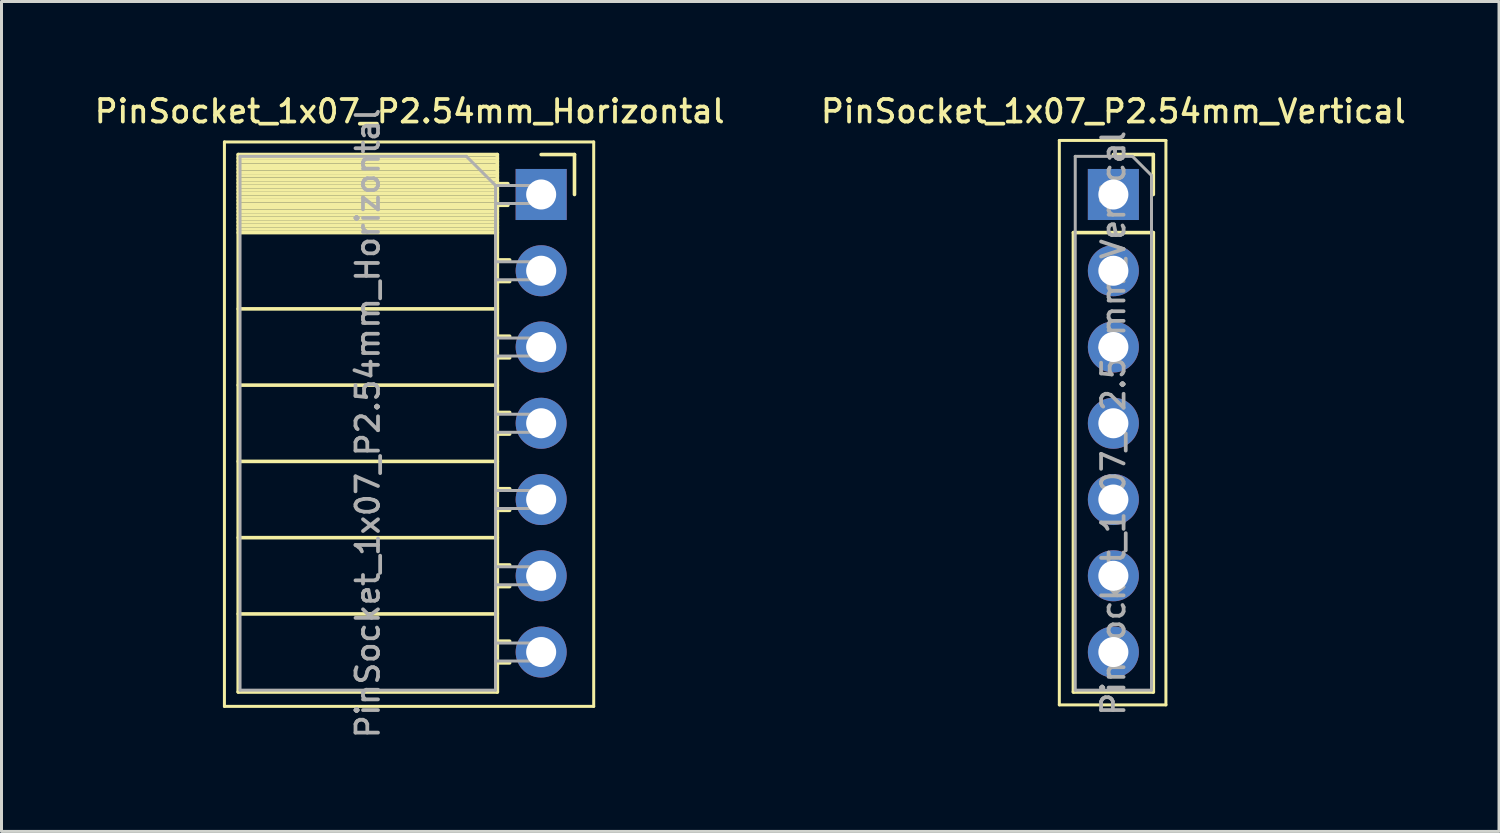
<source format=kicad_pcb>
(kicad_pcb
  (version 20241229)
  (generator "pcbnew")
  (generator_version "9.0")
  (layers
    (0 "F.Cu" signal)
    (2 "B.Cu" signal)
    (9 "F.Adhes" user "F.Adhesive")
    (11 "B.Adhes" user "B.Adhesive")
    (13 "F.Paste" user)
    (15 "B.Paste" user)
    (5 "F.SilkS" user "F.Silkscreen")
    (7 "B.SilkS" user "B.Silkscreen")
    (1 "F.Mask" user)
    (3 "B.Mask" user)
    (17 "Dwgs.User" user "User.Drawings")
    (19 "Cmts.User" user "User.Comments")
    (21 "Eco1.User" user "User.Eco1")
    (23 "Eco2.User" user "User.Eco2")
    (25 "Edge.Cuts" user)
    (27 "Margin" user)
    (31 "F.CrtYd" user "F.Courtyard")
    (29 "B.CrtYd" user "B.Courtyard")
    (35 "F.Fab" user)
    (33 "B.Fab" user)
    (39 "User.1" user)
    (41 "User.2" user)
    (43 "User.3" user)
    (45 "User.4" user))
  (footprint "PinSocket_1x07_P2.54mm_Horizontal"
    (layer "F.Cu")
    (at 14.975 3.428)
    (property "Reference" "PinSocket_1x07_P2.54mm_Horizontal" (at -4.38 -2.77 0) (layer "F.SilkS") (effects (font (size 0.75 0.75) (thickness 0.125))))
    (attr through_hole)
    (fp_line (start -10.55 -1.75) (end -10.55 17.05) (stroke (width 0.1) (type solid)) (layer "F.SilkS"))
    (fp_line (start -10.55 17.05) (end 1.75 17.05) (stroke (width 0.1) (type solid)) (layer "F.SilkS"))
    (fp_line (start -10.09 -1.33) (end -10.09 16.57) (stroke (width 0.12) (type solid)) (layer "F.SilkS"))
    (fp_line (start -10.09 -1.33) (end -1.46 -1.33) (stroke (width 0.12) (type solid)) (layer "F.SilkS"))
    (fp_line (start -10.09 -1.21) (end -1.46 -1.21) (stroke (width 0.12) (type solid)) (layer "F.SilkS"))
    (fp_line (start -10.09 -1.092) (end -1.46 -1.092) (stroke (width 0.12) (type solid)) (layer "F.SilkS"))
    (fp_line (start -10.09 -0.974) (end -1.46 -0.974) (stroke (width 0.12) (type solid)) (layer "F.SilkS"))
    (fp_line (start -10.09 -0.856) (end -1.46 -0.856) (stroke (width 0.12) (type solid)) (layer "F.SilkS"))
    (fp_line (start -10.09 -0.738) (end -1.46 -0.738) (stroke (width 0.12) (type solid)) (layer "F.SilkS"))
    (fp_line (start -10.09 -0.62) (end -1.46 -0.62) (stroke (width 0.12) (type solid)) (layer "F.SilkS"))
    (fp_line (start -10.09 -0.501) (end -1.46 -0.501) (stroke (width 0.12) (type solid)) (layer "F.SilkS"))
    (fp_line (start -10.09 -0.383) (end -1.46 -0.383) (stroke (width 0.12) (type solid)) (layer "F.SilkS"))
    (fp_line (start -10.09 -0.265) (end -1.46 -0.265) (stroke (width 0.12) (type solid)) (layer "F.SilkS"))
    (fp_line (start -10.09 -0.147) (end -1.46 -0.147) (stroke (width 0.12) (type solid)) (layer "F.SilkS"))
    (fp_line (start -10.09 -0.029) (end -1.46 -0.029) (stroke (width 0.12) (type solid)) (layer "F.SilkS"))
    (fp_line (start -10.09 0.089) (end -1.46 0.089) (stroke (width 0.12) (type solid)) (layer "F.SilkS"))
    (fp_line (start -10.09 0.207) (end -1.46 0.207) (stroke (width 0.12) (type solid)) (layer "F.SilkS"))
    (fp_line (start -10.09 0.325) (end -1.46 0.325) (stroke (width 0.12) (type solid)) (layer "F.SilkS"))
    (fp_line (start -10.09 0.443) (end -1.46 0.443) (stroke (width 0.12) (type solid)) (layer "F.SilkS"))
    (fp_line (start -10.09 0.561) (end -1.46 0.561) (stroke (width 0.12) (type solid)) (layer "F.SilkS"))
    (fp_line (start -10.09 0.68) (end -1.46 0.68) (stroke (width 0.12) (type solid)) (layer "F.SilkS"))
    (fp_line (start -10.09 0.798) (end -1.46 0.798) (stroke (width 0.12) (type solid)) (layer "F.SilkS"))
    (fp_line (start -10.09 0.916) (end -1.46 0.916) (stroke (width 0.12) (type solid)) (layer "F.SilkS"))
    (fp_line (start -10.09 1.034) (end -1.46 1.034) (stroke (width 0.12) (type solid)) (layer "F.SilkS"))
    (fp_line (start -10.09 1.152) (end -1.46 1.152) (stroke (width 0.12) (type solid)) (layer "F.SilkS"))
    (fp_line (start -10.09 1.27) (end -1.46 1.27) (stroke (width 0.12) (type solid)) (layer "F.SilkS"))
    (fp_line (start -10.09 3.81) (end -1.46 3.81) (stroke (width 0.12) (type solid)) (layer "F.SilkS"))
    (fp_line (start -10.09 6.35) (end -1.46 6.35) (stroke (width 0.12) (type solid)) (layer "F.SilkS"))
    (fp_line (start -10.09 8.89) (end -1.46 8.89) (stroke (width 0.12) (type solid)) (layer "F.SilkS"))
    (fp_line (start -10.09 11.43) (end -1.46 11.43) (stroke (width 0.12) (type solid)) (layer "F.SilkS"))
    (fp_line (start -10.09 13.97) (end -1.46 13.97) (stroke (width 0.12) (type solid)) (layer "F.SilkS"))
    (fp_line (start -10.09 16.57) (end -1.46 16.57) (stroke (width 0.12) (type solid)) (layer "F.SilkS"))
    (fp_line (start -1.46 -1.33) (end -1.46 16.57) (stroke (width 0.12) (type solid)) (layer "F.SilkS"))
    (fp_line (start -1.46 -0.36) (end -1.11 -0.36) (stroke (width 0.12) (type solid)) (layer "F.SilkS"))
    (fp_line (start -1.46 0.36) (end -1.11 0.36) (stroke (width 0.12) (type solid)) (layer "F.SilkS"))
    (fp_line (start -1.46 2.18) (end -1.05 2.18) (stroke (width 0.12) (type solid)) (layer "F.SilkS"))
    (fp_line (start -1.46 2.9) (end -1.05 2.9) (stroke (width 0.12) (type solid)) (layer "F.SilkS"))
    (fp_line (start -1.46 4.72) (end -1.05 4.72) (stroke (width 0.12) (type solid)) (layer "F.SilkS"))
    (fp_line (start -1.46 5.44) (end -1.05 5.44) (stroke (width 0.12) (type solid)) (layer "F.SilkS"))
    (fp_line (start -1.46 7.26) (end -1.05 7.26) (stroke (width 0.12) (type solid)) (layer "F.SilkS"))
    (fp_line (start -1.46 7.98) (end -1.05 7.98) (stroke (width 0.12) (type solid)) (layer "F.SilkS"))
    (fp_line (start -1.46 9.8) (end -1.05 9.8) (stroke (width 0.12) (type solid)) (layer "F.SilkS"))
    (fp_line (start -1.46 10.52) (end -1.05 10.52) (stroke (width 0.12) (type solid)) (layer "F.SilkS"))
    (fp_line (start -1.46 12.34) (end -1.05 12.34) (stroke (width 0.12) (type solid)) (layer "F.SilkS"))
    (fp_line (start -1.46 13.06) (end -1.05 13.06) (stroke (width 0.12) (type solid)) (layer "F.SilkS"))
    (fp_line (start -1.46 14.88) (end -1.05 14.88) (stroke (width 0.12) (type solid)) (layer "F.SilkS"))
    (fp_line (start -1.46 15.6) (end -1.05 15.6) (stroke (width 0.12) (type solid)) (layer "F.SilkS"))
    (fp_line (start 0 -1.33) (end 1.11 -1.33) (stroke (width 0.12) (type solid)) (layer "F.SilkS"))
    (fp_line (start 1.11 -1.33) (end 1.11 0) (stroke (width 0.12) (type solid)) (layer "F.SilkS"))
    (fp_line (start 1.75 -1.75) (end -10.55 -1.75) (stroke (width 0.1) (type solid)) (layer "F.SilkS"))
    (fp_line (start 1.75 17.05) (end 1.75 -1.75) (stroke (width 0.1) (type solid)) (layer "F.SilkS"))
    (fp_line (start -10.03 -1.27) (end -2.49 -1.27) (stroke (width 0.1) (type solid)) (layer "F.Fab"))
    (fp_line (start -10.03 16.51) (end -10.03 -1.27) (stroke (width 0.1) (type solid)) (layer "F.Fab"))
    (fp_line (start -2.49 -1.27) (end -1.52 -0.3) (stroke (width 0.1) (type solid)) (layer "F.Fab"))
    (fp_line (start -1.52 -0.3) (end -1.52 16.51) (stroke (width 0.1) (type solid)) (layer "F.Fab"))
    (fp_line (start -1.52 0.3) (end 0 0.3) (stroke (width 0.1) (type solid)) (layer "F.Fab"))
    (fp_line (start -1.52 2.84) (end 0 2.84) (stroke (width 0.1) (type solid)) (layer "F.Fab"))
    (fp_line (start -1.52 5.38) (end 0 5.38) (stroke (width 0.1) (type solid)) (layer "F.Fab"))
    (fp_line (start -1.52 7.92) (end 0 7.92) (stroke (width 0.1) (type solid)) (layer "F.Fab"))
    (fp_line (start -1.52 10.46) (end 0 10.46) (stroke (width 0.1) (type solid)) (layer "F.Fab"))
    (fp_line (start -1.52 13) (end 0 13) (stroke (width 0.1) (type solid)) (layer "F.Fab"))
    (fp_line (start -1.52 15.54) (end 0 15.54) (stroke (width 0.1) (type solid)) (layer "F.Fab"))
    (fp_line (start -1.52 16.51) (end -10.03 16.51) (stroke (width 0.1) (type solid)) (layer "F.Fab"))
    (fp_line (start 0 -0.3) (end -1.52 -0.3) (stroke (width 0.1) (type solid)) (layer "F.Fab"))
    (fp_line (start 0 0.3) (end 0 -0.3) (stroke (width 0.1) (type solid)) (layer "F.Fab"))
    (fp_line (start 0 2.24) (end -1.52 2.24) (stroke (width 0.1) (type solid)) (layer "F.Fab"))
    (fp_line (start 0 2.84) (end 0 2.24) (stroke (width 0.1) (type solid)) (layer "F.Fab"))
    (fp_line (start 0 4.78) (end -1.52 4.78) (stroke (width 0.1) (type solid)) (layer "F.Fab"))
    (fp_line (start 0 5.38) (end 0 4.78) (stroke (width 0.1) (type solid)) (layer "F.Fab"))
    (fp_line (start 0 7.32) (end -1.52 7.32) (stroke (width 0.1) (type solid)) (layer "F.Fab"))
    (fp_line (start 0 7.92) (end 0 7.32) (stroke (width 0.1) (type solid)) (layer "F.Fab"))
    (fp_line (start 0 9.86) (end -1.52 9.86) (stroke (width 0.1) (type solid)) (layer "F.Fab"))
    (fp_line (start 0 10.46) (end 0 9.86) (stroke (width 0.1) (type solid)) (layer "F.Fab"))
    (fp_line (start 0 12.4) (end -1.52 12.4) (stroke (width 0.1) (type solid)) (layer "F.Fab"))
    (fp_line (start 0 13) (end 0 12.4) (stroke (width 0.1) (type solid)) (layer "F.Fab"))
    (fp_line (start 0 14.94) (end -1.52 14.94) (stroke (width 0.1) (type solid)) (layer "F.Fab"))
    (fp_line (start 0 15.54) (end 0 14.94) (stroke (width 0.1) (type solid)) (layer "F.Fab"))
    (fp_text user "${REFERENCE}" (at -5.775 7.62 90) (layer "F.Fab") (effects (font (size 0.75 0.75) (thickness 0.125))))
    (pad "1" thru_hole rect (at 0 0) (size 1.7 1.7) (drill 1) (layers "*.Cu" "*.Mask"))
    (pad "2" thru_hole oval (at 0 2.54) (size 1.7 1.7) (drill 1) (layers "*.Cu" "*.Mask"))
    (pad "3" thru_hole oval (at 0 5.08) (size 1.7 1.7) (drill 1) (layers "*.Cu" "*.Mask"))
    (pad "4" thru_hole oval (at 0 7.62) (size 1.7 1.7) (drill 1) (layers "*.Cu" "*.Mask"))
    (pad "5" thru_hole oval (at 0 10.16) (size 1.7 1.7) (drill 1) (layers "*.Cu" "*.Mask"))
    (pad "6" thru_hole oval (at 0 12.7) (size 1.7 1.7) (drill 1) (layers "*.Cu" "*.Mask"))
    (pad "7" thru_hole oval (at 0 15.24) (size 1.7 1.7) (drill 1) (layers "*.Cu" "*.Mask")))
  (footprint "PinSocket_1x07_P2.54mm_Vertical"
    (layer "F.Cu")
    (at 34.034 3.428)
    (property "Reference" "PinSocket_1x07_P2.54mm_Vertical" (at 0 -2.77 0) (layer "F.SilkS") (effects (font (size 0.75 0.75) (thickness 0.125))))
    (attr through_hole)
    (fp_line (start -1.8 -1.8) (end 1.75 -1.8) (stroke (width 0.1) (type solid)) (layer "F.SilkS"))
    (fp_line (start -1.8 17) (end -1.8 -1.8) (stroke (width 0.1) (type solid)) (layer "F.SilkS"))
    (fp_line (start -1.33 1.27) (end -1.33 16.57) (stroke (width 0.12) (type solid)) (layer "F.SilkS"))
    (fp_line (start -1.33 1.27) (end 1.33 1.27) (stroke (width 0.12) (type solid)) (layer "F.SilkS"))
    (fp_line (start -1.33 16.57) (end 1.33 16.57) (stroke (width 0.12) (type solid)) (layer "F.SilkS"))
    (fp_line (start 0 -1.33) (end 1.33 -1.33) (stroke (width 0.12) (type solid)) (layer "F.SilkS"))
    (fp_line (start 1.33 -1.33) (end 1.33 0) (stroke (width 0.12) (type solid)) (layer "F.SilkS"))
    (fp_line (start 1.33 1.27) (end 1.33 16.57) (stroke (width 0.12) (type solid)) (layer "F.SilkS"))
    (fp_line (start 1.75 -1.8) (end 1.75 17) (stroke (width 0.1) (type solid)) (layer "F.SilkS"))
    (fp_line (start 1.75 17) (end -1.8 17) (stroke (width 0.1) (type solid)) (layer "F.SilkS"))
    (fp_line (start -1.27 -1.27) (end 0.635 -1.27) (stroke (width 0.1) (type solid)) (layer "F.Fab"))
    (fp_line (start -1.27 16.51) (end -1.27 -1.27) (stroke (width 0.1) (type solid)) (layer "F.Fab"))
    (fp_line (start 0.635 -1.27) (end 1.27 -0.635) (stroke (width 0.1) (type solid)) (layer "F.Fab"))
    (fp_line (start 1.27 -0.635) (end 1.27 16.51) (stroke (width 0.1) (type solid)) (layer "F.Fab"))
    (fp_line (start 1.27 16.51) (end -1.27 16.51) (stroke (width 0.1) (type solid)) (layer "F.Fab"))
    (fp_text user "${REFERENCE}" (at 0 7.62 90) (layer "F.Fab") (effects (font (size 0.75 0.75) (thickness 0.125))))
    (pad "1" thru_hole rect (at 0 0) (size 1.7 1.7) (drill 1) (layers "*.Cu" "*.Mask"))
    (pad "2" thru_hole oval (at 0 2.54) (size 1.7 1.7) (drill 1) (layers "*.Cu" "*.Mask"))
    (pad "3" thru_hole oval (at 0 5.08) (size 1.7 1.7) (drill 1) (layers "*.Cu" "*.Mask"))
    (pad "4" thru_hole oval (at 0 7.62) (size 1.7 1.7) (drill 1) (layers "*.Cu" "*.Mask"))
    (pad "5" thru_hole oval (at 0 10.16) (size 1.7 1.7) (drill 1) (layers "*.Cu" "*.Mask"))
    (pad "6" thru_hole oval (at 0 12.7) (size 1.7 1.7) (drill 1) (layers "*.Cu" "*.Mask"))
    (pad "7" thru_hole oval (at 0 15.24) (size 1.7 1.7) (drill 1) (layers "*.Cu" "*.Mask")))
  (gr_rect
    (start -3 -3)
    (end 46.879 24.643)
    (stroke (width 0.1) (type default))
    (fill no)
    (layer "Edge.Cuts")))
</source>
